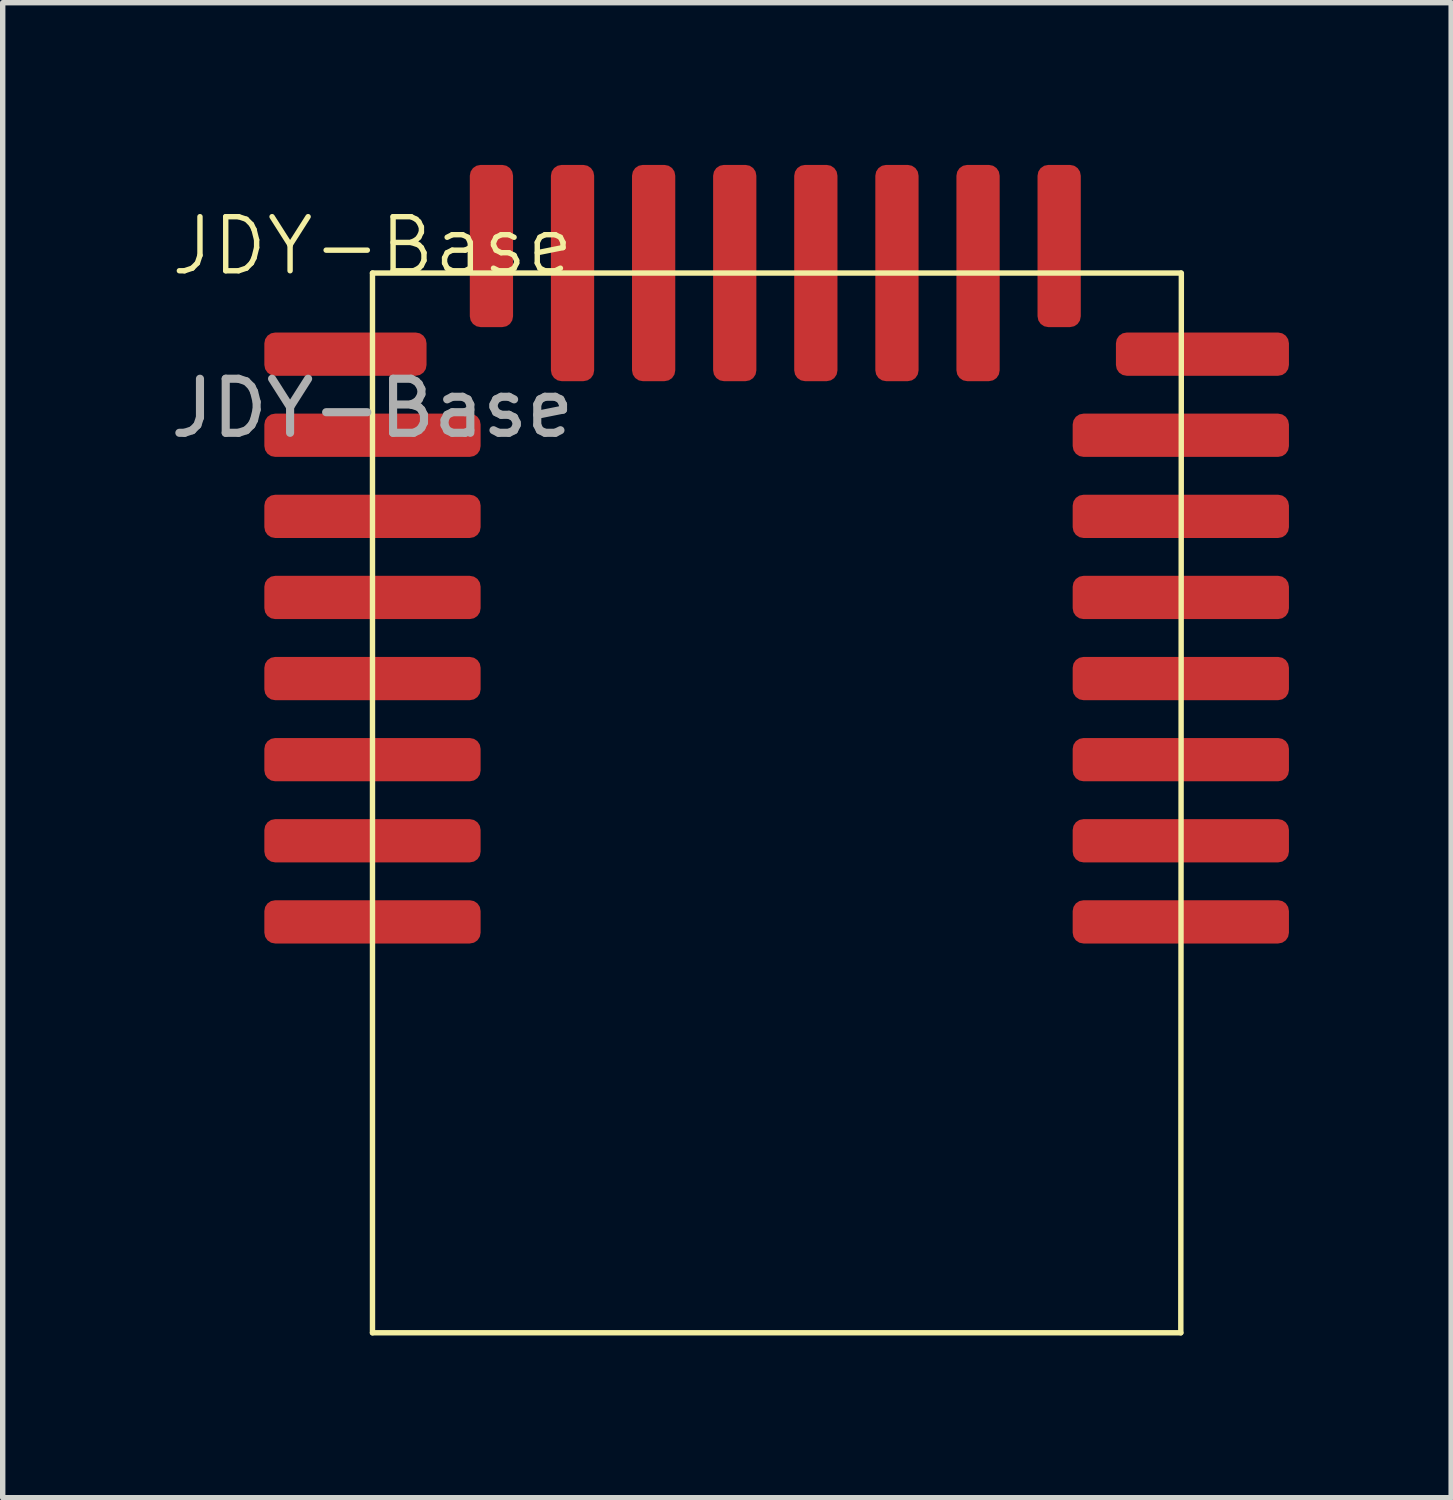
<source format=kicad_pcb>
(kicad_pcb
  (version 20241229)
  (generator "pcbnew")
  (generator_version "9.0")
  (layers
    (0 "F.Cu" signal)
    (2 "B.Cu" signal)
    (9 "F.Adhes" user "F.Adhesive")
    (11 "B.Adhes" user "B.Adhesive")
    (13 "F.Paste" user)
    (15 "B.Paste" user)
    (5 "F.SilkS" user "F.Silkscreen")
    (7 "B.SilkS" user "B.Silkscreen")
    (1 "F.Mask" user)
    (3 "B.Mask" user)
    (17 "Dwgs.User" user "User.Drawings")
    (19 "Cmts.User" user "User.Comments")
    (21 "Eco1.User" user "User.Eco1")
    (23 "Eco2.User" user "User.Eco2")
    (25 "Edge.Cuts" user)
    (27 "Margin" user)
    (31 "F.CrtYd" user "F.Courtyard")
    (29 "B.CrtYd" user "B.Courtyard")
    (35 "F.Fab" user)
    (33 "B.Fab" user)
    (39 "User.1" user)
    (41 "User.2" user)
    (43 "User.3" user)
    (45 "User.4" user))
  (footprint "JDY-Base"
    (layer "F.Cu")
    (at 3.839 2)
    (property "Reference" "JDY-Base" (at 0 -0.5 0) (unlocked yes) (layer "F.SilkS") (effects (font (size 1 1) (thickness 0.1))))
    (attr smd)
    (fp_line (start 0 0) (end 14.95 0) (stroke (width 0.1) (type default)) (layer "F.SilkS"))
    (fp_line (start 0 19.6) (end 0 0) (stroke (width 0.1) (type default)) (layer "F.SilkS"))
    (fp_line (start 0 19.6) (end 14.95 19.6) (stroke (width 0.1) (type default)) (layer "F.SilkS"))
    (fp_line (start 14.95 19.6) (end 14.96 0) (stroke (width 0.1) (type default)) (layer "F.SilkS"))
    (fp_text user "${REFERENCE}" (at 0 2.5 0) (unlocked yes) (layer "F.Fab") (effects (font (size 1 1) (thickness 0.15))))
    (pad "1" smd roundrect (at 14.95 12) (size 4 0.8) (layers "F.Cu" "F.Mask" "F.Paste") (roundrect_rratio 0.25))
    (pad "2" smd roundrect (at 14.95 10.5) (size 4 0.8) (layers "F.Cu" "F.Mask" "F.Paste") (roundrect_rratio 0.25))
    (pad "3" smd roundrect (at 14.95 9) (size 4 0.8) (layers "F.Cu" "F.Mask" "F.Paste") (roundrect_rratio 0.25))
    (pad "4" smd roundrect (at 14.95 7.5) (size 4 0.8) (layers "F.Cu" "F.Mask" "F.Paste") (roundrect_rratio 0.25))
    (pad "5" smd roundrect (at 14.95 6) (size 4 0.8) (layers "F.Cu" "F.Mask" "F.Paste") (roundrect_rratio 0.25))
    (pad "6" smd roundrect (at 14.95 4.5) (size 4 0.8) (layers "F.Cu" "F.Mask" "F.Paste") (roundrect_rratio 0.25))
    (pad "7" smd roundrect (at 14.95 3) (size 4 0.8) (layers "F.Cu" "F.Mask" "F.Paste") (roundrect_rratio 0.25))
    (pad "8" smd roundrect (at 15.35 1.5) (size 3.2 0.8) (layers "F.Cu" "F.Mask" "F.Paste") (roundrect_rratio 0.25))
    (pad "9" smd roundrect (at 12.7 -0.5 90) (size 3 0.8) (layers "F.Cu" "F.Mask" "F.Paste") (roundrect_rratio 0.25))
    (pad "10" smd roundrect (at 11.2 0 90) (size 4 0.8) (layers "F.Cu" "F.Mask" "F.Paste") (roundrect_rratio 0.25))
    (pad "11" smd roundrect (at 9.7 0 90) (size 4 0.8) (layers "F.Cu" "F.Mask" "F.Paste") (roundrect_rratio 0.25))
    (pad "12" smd roundrect (at 8.2 0 90) (size 4 0.8) (layers "F.Cu" "F.Mask" "F.Paste") (roundrect_rratio 0.25))
    (pad "13" smd roundrect (at 6.7 0 90) (size 4 0.8) (layers "F.Cu" "F.Mask" "F.Paste") (roundrect_rratio 0.25))
    (pad "14" smd roundrect (at 5.2 0 90) (size 4 0.8) (layers "F.Cu" "F.Mask" "F.Paste") (roundrect_rratio 0.25))
    (pad "15" smd roundrect (at 3.7 0 90) (size 4 0.8) (layers "F.Cu" "F.Mask" "F.Paste") (roundrect_rratio 0.25))
    (pad "16" smd roundrect (at 2.2 -0.5 90) (size 3 0.8) (layers "F.Cu" "F.Mask" "F.Paste") (roundrect_rratio 0.25))
    (pad "17" smd roundrect (at -0.5 1.5) (size 3 0.8) (layers "F.Cu" "F.Mask" "F.Paste") (roundrect_rratio 0.25))
    (pad "18" smd roundrect (at 0 3) (size 4 0.8) (layers "F.Cu" "F.Mask" "F.Paste") (roundrect_rratio 0.25))
    (pad "19" smd roundrect (at 0 4.5) (size 4 0.8) (layers "F.Cu" "F.Mask" "F.Paste") (roundrect_rratio 0.25))
    (pad "20" smd roundrect (at 0 6) (size 4 0.8) (layers "F.Cu" "F.Mask" "F.Paste") (roundrect_rratio 0.25))
    (pad "21" smd roundrect (at 0 7.5) (size 4 0.8) (layers "F.Cu" "F.Mask" "F.Paste") (roundrect_rratio 0.25))
    (pad "22" smd roundrect (at 0 9) (size 4 0.8) (layers "F.Cu" "F.Mask" "F.Paste") (roundrect_rratio 0.25))
    (pad "23" smd roundrect (at 0 10.5) (size 4 0.8) (layers "F.Cu" "F.Mask" "F.Paste") (roundrect_rratio 0.25))
    (pad "24" smd roundrect (at 0 12) (size 4 0.8) (layers "F.Cu" "F.Mask" "F.Paste") (roundrect_rratio 0.25)))
  (gr_rect
    (start -3 -3)
    (end 23.789 24.65)
    (stroke (width 0.1) (type default))
    (fill no)
    (layer "Edge.Cuts")))
</source>
